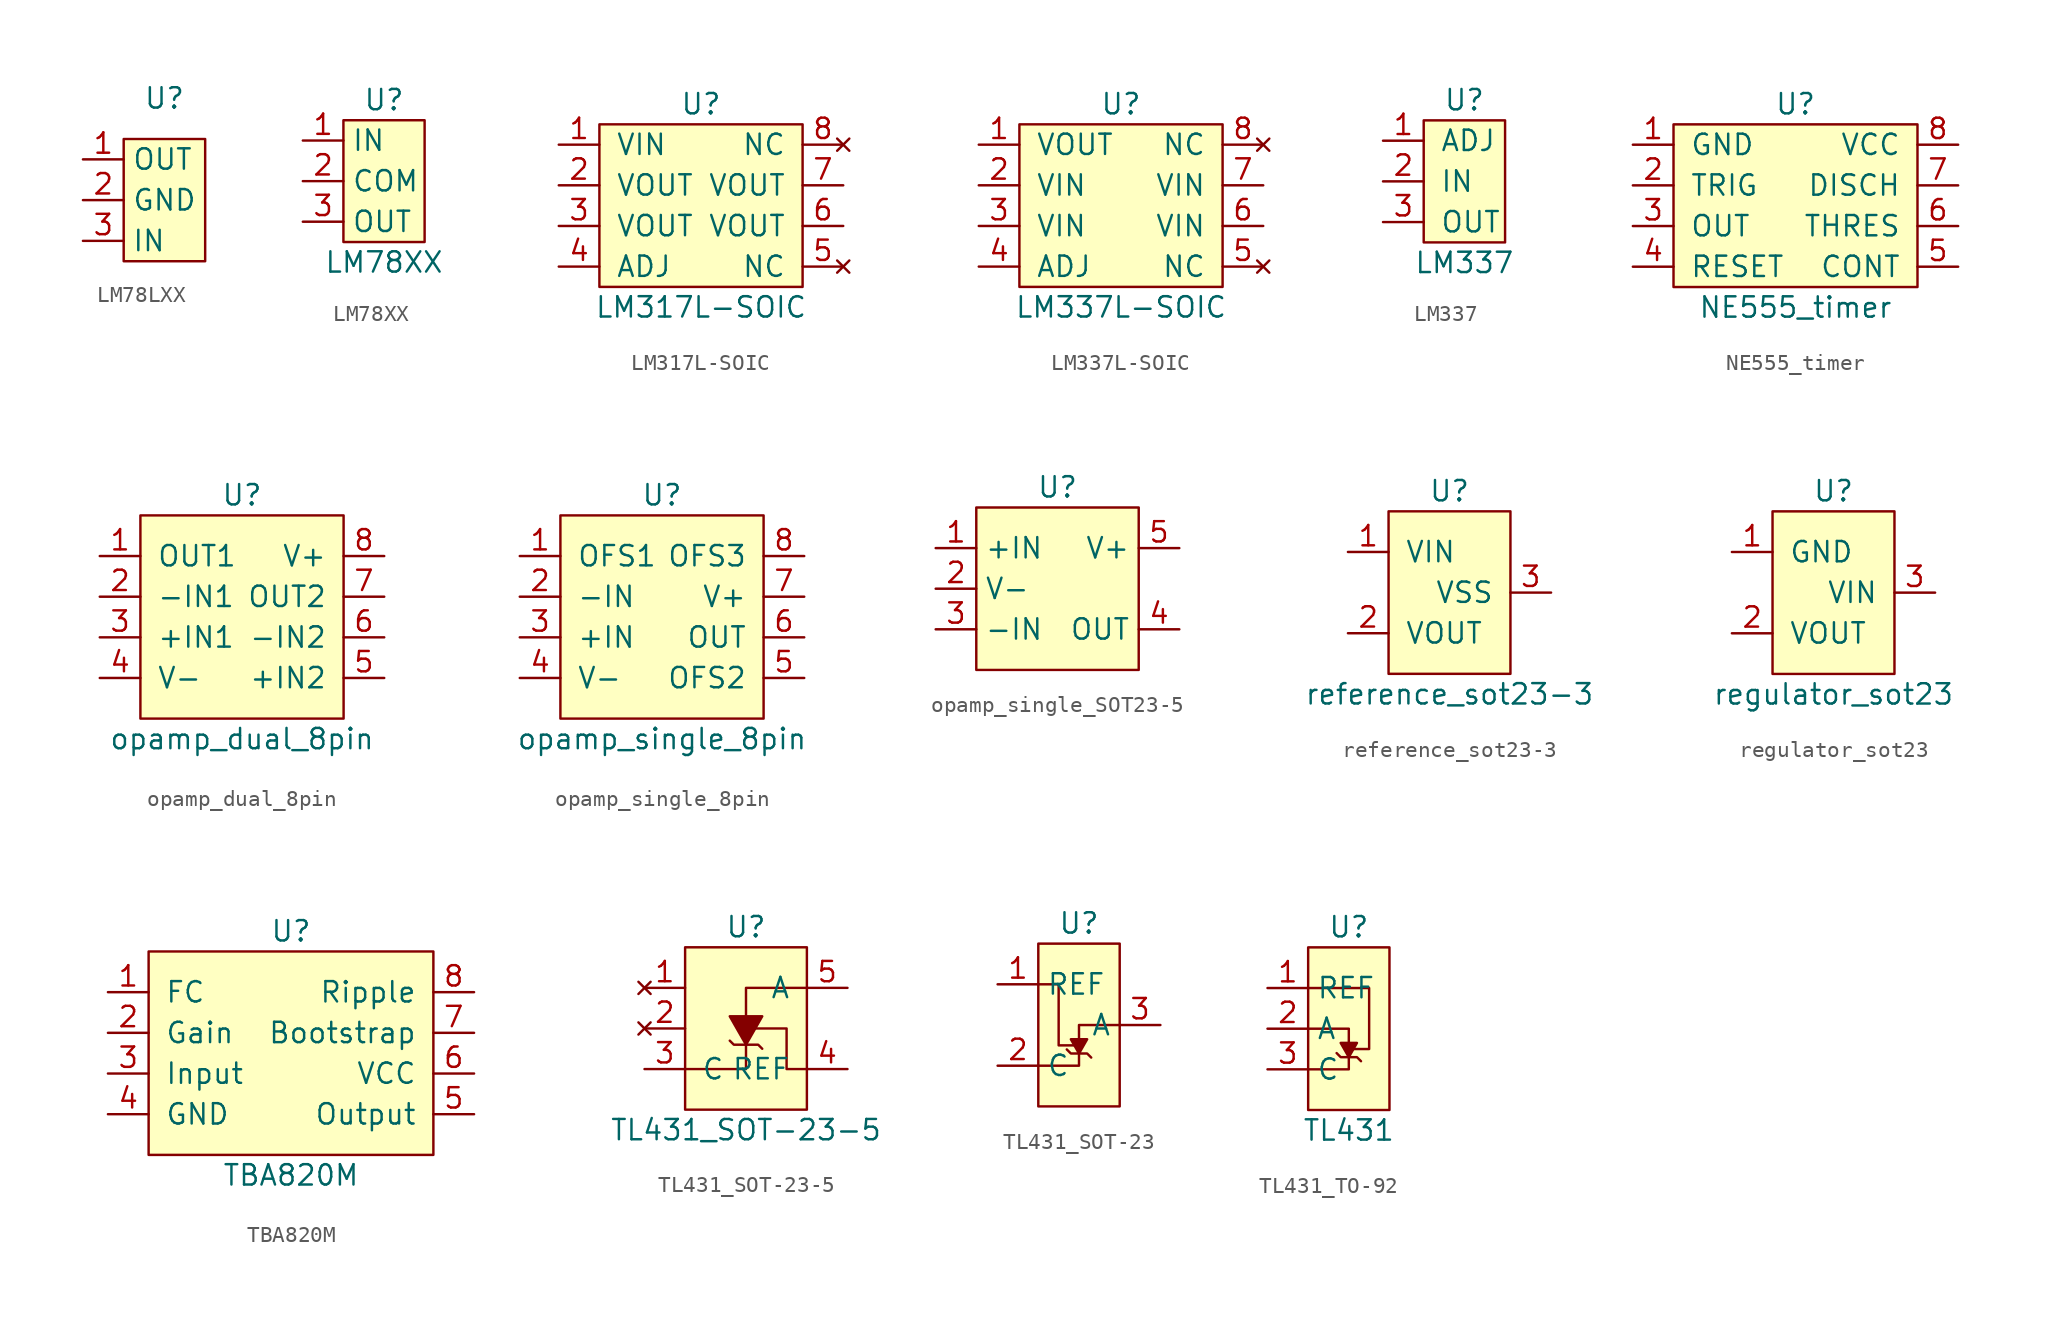
<source format=kicad_sym>
(kicad_symbol_lib
  (version 20231120)
  (generator "kicad_symbol_editor")
  (generator_version "8.0")
  (symbol "LM78LXX"
    (property "Reference" "U"
      (at 0 6.35 0)
      (effects (font (size 1.27 1.27))))
    (property "Value" ""
      (at 0 0 0)
      (effects (font (size 1.27 1.27))))
    (symbol "LM78LXX_1_1"
      (rectangle (start -2.54 3.81) (end 2.54 -3.81) (stroke (width 0) (type default)) (fill (type background)))
      (pin power_out line (at -5.08 2.54 0) (length 2.54) (name "OUT" (effects (font (size 1.27 1.27)))) (number "1" (effects (font (size 1.27 1.27)))))
      (pin power_in line (at -5.08 0 0) (length 2.54) (name "GND" (effects (font (size 1.27 1.27)))) (number "2" (effects (font (size 1.27 1.27)))))
      (pin power_in line (at -5.08 -2.54 0) (length 2.54) (name "IN" (effects (font (size 1.27 1.27)))) (number "3" (effects (font (size 1.27 1.27)))))))
  (symbol "LM78XX"
    (property "Reference" "U"
      (at 0 5.08 0)
      (effects (font (size 1.27 1.27))))
    (property "Value" "LM78XX"
      (at 0 -5.08 0)
      (effects (font (size 1.27 1.27))))
    (symbol "LM78XX_0_1"
      (rectangle (start -2.54 3.81) (end 2.54 -3.81) (stroke (width 0) (type default)) (fill (type background))))
    (symbol "LM78XX_1_1"
      (pin power_in line (at -5.08 2.54 0) (length 2.54) (name "IN" (effects (font (size 1.27 1.27)))) (number "1" (effects (font (size 1.27 1.27)))))
      (pin power_in line (at -5.08 0 0) (length 2.54) (name "COM" (effects (font (size 1.27 1.27)))) (number "2" (effects (font (size 1.27 1.27)))))
      (pin power_out line (at -5.08 -2.54 0) (length 2.54) (name "OUT" (effects (font (size 1.27 1.27)))) (number "3" (effects (font (size 1.27 1.27)))))))
  (symbol "LM317L-SOIC"
    (pin_names
      (offset 1.016))
    (property "Reference" "U"
      (at 0 6.35 0)
      (effects (font (size 1.27 1.27))))
    (property "Value" "LM317L-SOIC"
      (at 0 -6.35 0)
      (effects (font (size 1.27 1.27))))
    (symbol "LM317L-SOIC_0_1"
      (rectangle (start -6.35 5.08) (end 6.35 -5.08) (stroke (width 0) (type default)) (fill (type background))))
    (symbol "LM317L-SOIC_1_1"
      (pin power_in line (at -8.89 3.81 0) (length 2.54) (name "VIN" (effects (font (size 1.27 1.27)))) (number "1" (effects (font (size 1.27 1.27)))))
      (pin power_out line (at -8.89 1.27 0) (length 2.54) (name "VOUT" (effects (font (size 1.27 1.27)))) (number "2" (effects (font (size 1.27 1.27)))))
      (pin power_out line (at -8.89 -1.27 0) (length 2.54) (name "VOUT" (effects (font (size 1.27 1.27)))) (number "3" (effects (font (size 1.27 1.27)))))
      (pin passive line (at -8.89 -3.81 0) (length 2.54) (name "ADJ" (effects (font (size 1.27 1.27)))) (number "4" (effects (font (size 1.27 1.27)))))
      (pin no_connect line (at 8.89 -3.81 180) (length 2.54) (name "NC" (effects (font (size 1.27 1.27)))) (number "5" (effects (font (size 1.27 1.27)))))
      (pin power_out line (at 8.89 -1.27 180) (length 2.54) (name "VOUT" (effects (font (size 1.27 1.27)))) (number "6" (effects (font (size 1.27 1.27)))))
      (pin power_out line (at 8.89 1.27 180) (length 2.54) (name "VOUT" (effects (font (size 1.27 1.27)))) (number "7" (effects (font (size 1.27 1.27)))))
      (pin no_connect line (at 8.89 3.81 180) (length 2.54) (name "NC" (effects (font (size 1.27 1.27)))) (number "8" (effects (font (size 1.27 1.27)))))))
  (symbol "LM337L-SOIC"
    (pin_names
      (offset 1.016))
    (property "Reference" "U"
      (at 0 6.35 0)
      (effects (font (size 1.27 1.27))))
    (property "Value" "LM337L-SOIC"
      (at 0 -6.35 0)
      (effects (font (size 1.27 1.27))))
    (symbol "LM337L-SOIC_0_1"
      (rectangle (start -6.35 5.08) (end 6.35 -5.08) (stroke (width 0) (type default)) (fill (type background))))
    (symbol "LM337L-SOIC_1_1"
      (pin power_out line (at -8.89 3.81 0) (length 2.54) (name "VOUT" (effects (font (size 1.27 1.27)))) (number "1" (effects (font (size 1.27 1.27)))))
      (pin power_out line (at -8.89 1.27 0) (length 2.54) (name "VIN" (effects (font (size 1.27 1.27)))) (number "2" (effects (font (size 1.27 1.27)))))
      (pin power_in line (at -8.89 -1.27 0) (length 2.54) (name "VIN" (effects (font (size 1.27 1.27)))) (number "3" (effects (font (size 1.27 1.27)))))
      (pin passive line (at -8.89 -3.81 0) (length 2.54) (name "ADJ" (effects (font (size 1.27 1.27)))) (number "4" (effects (font (size 1.27 1.27)))))
      (pin no_connect line (at 8.89 -3.81 180) (length 2.54) (name "NC" (effects (font (size 1.27 1.27)))) (number "5" (effects (font (size 1.27 1.27)))))
      (pin power_in line (at 8.89 -1.27 180) (length 2.54) (name "VIN" (effects (font (size 1.27 1.27)))) (number "6" (effects (font (size 1.27 1.27)))))
      (pin power_in line (at 8.89 1.27 180) (length 2.54) (name "VIN" (effects (font (size 1.27 1.27)))) (number "7" (effects (font (size 1.27 1.27)))))
      (pin no_connect line (at 8.89 3.81 180) (length 2.54) (name "NC" (effects (font (size 1.27 1.27)))) (number "8" (effects (font (size 1.27 1.27)))))))
  (symbol "LM337"
    (pin_names
      (offset 1.016))
    (property "Reference" "U"
      (at 0 5.08 0)
      (effects (font (size 1.27 1.27))))
    (property "Value" "LM337"
      (at 0 -5.08 0)
      (effects (font (size 1.27 1.27))))
    (symbol "LM337_1_1"
      (rectangle (start -2.54 3.81) (end 2.54 -3.81) (stroke (width 0) (type default)) (fill (type background)))
      (pin input line (at -5.08 2.54 0) (length 2.54) (name "ADJ" (effects (font (size 1.27 1.27)))) (number "1" (effects (font (size 1.27 1.27)))))
      (pin power_in line (at -5.08 0 0) (length 2.54) (name "IN" (effects (font (size 1.27 1.27)))) (number "2" (effects (font (size 1.27 1.27)))))
      (pin power_out line (at -5.08 -2.54 0) (length 2.54) (name "OUT" (effects (font (size 1.27 1.27)))) (number "3" (effects (font (size 1.27 1.27)))))))
  (symbol "NE555_timer"
    (pin_names
      (offset 1.016))
    (property "Reference" "U"
      (at 0 6.35 0)
      (effects (font (size 1.27 1.27))))
    (property "Value" "NE555_timer"
      (at 0 -6.35 0)
      (effects (font (size 1.27 1.27))))
    (symbol "NE555_timer_0_1"
      (rectangle (start -7.62 5.08) (end 7.62 -5.08) (stroke (width 0) (type default)) (fill (type background))))
    (symbol "NE555_timer_1_1"
      (pin power_in line (at -10.16 3.81 0) (length 2.54) (name "GND" (effects (font (size 1.27 1.27)))) (number "1" (effects (font (size 1.27 1.27)))))
      (pin input line (at -10.16 1.27 0) (length 2.54) (name "TRIG" (effects (font (size 1.27 1.27)))) (number "2" (effects (font (size 1.27 1.27)))))
      (pin output line (at -10.16 -1.27 0) (length 2.54) (name "OUT" (effects (font (size 1.27 1.27)))) (number "3" (effects (font (size 1.27 1.27)))))
      (pin input line (at -10.16 -3.81 0) (length 2.54) (name "RESET" (effects (font (size 1.27 1.27)))) (number "4" (effects (font (size 1.27 1.27)))))
      (pin bidirectional line (at 10.16 -3.81 180) (length 2.54) (name "CONT" (effects (font (size 1.27 1.27)))) (number "5" (effects (font (size 1.27 1.27)))))
      (pin input line (at 10.16 -1.27 180) (length 2.54) (name "THRES" (effects (font (size 1.27 1.27)))) (number "6" (effects (font (size 1.27 1.27)))))
      (pin open_collector line (at 10.16 1.27 180) (length 2.54) (name "DISCH" (effects (font (size 1.27 1.27)))) (number "7" (effects (font (size 1.27 1.27)))))
      (pin power_in line (at 10.16 3.81 180) (length 2.54) (name "VCC" (effects (font (size 1.27 1.27)))) (number "8" (effects (font (size 1.27 1.27)))))))
  (symbol "opamp_dual_8pin"
    (pin_names
      (offset 1.016))
    (property "Reference" "U"
      (at 0 7.62 0)
      (effects (font (size 1.27 1.27))))
    (property "Value" "opamp_dual_8pin"
      (at 0 -7.62 0)
      (effects (font (size 1.27 1.27))))
    (symbol "opamp_dual_8pin_0_1"
      (rectangle (start -6.35 6.35) (end 6.35 -6.35) (stroke (width 0) (type default)) (fill (type background))))
    (symbol "opamp_dual_8pin_1_1"
      (pin output line (at -8.89 3.81 0) (length 2.54) (name "OUT1" (effects (font (size 1.27 1.27)))) (number "1" (effects (font (size 1.27 1.27)))))
      (pin input line (at -8.89 1.27 0) (length 2.54) (name "-IN1" (effects (font (size 1.27 1.27)))) (number "2" (effects (font (size 1.27 1.27)))))
      (pin input line (at -8.89 -1.27 0) (length 2.54) (name "+IN1" (effects (font (size 1.27 1.27)))) (number "3" (effects (font (size 1.27 1.27)))))
      (pin power_in line (at -8.89 -3.81 0) (length 2.54) (name "V-" (effects (font (size 1.27 1.27)))) (number "4" (effects (font (size 1.27 1.27)))))
      (pin input line (at 8.89 -3.81 180) (length 2.54) (name "+IN2" (effects (font (size 1.27 1.27)))) (number "5" (effects (font (size 1.27 1.27)))))
      (pin input line (at 8.89 -1.27 180) (length 2.54) (name "-IN2" (effects (font (size 1.27 1.27)))) (number "6" (effects (font (size 1.27 1.27)))))
      (pin output line (at 8.89 1.27 180) (length 2.54) (name "OUT2" (effects (font (size 1.27 1.27)))) (number "7" (effects (font (size 1.27 1.27)))))
      (pin power_in line (at 8.89 3.81 180) (length 2.54) (name "V+" (effects (font (size 1.27 1.27)))) (number "8" (effects (font (size 1.27 1.27)))))))
  (symbol "opamp_single_8pin"
    (pin_names
      (offset 1.016))
    (property "Reference" "U"
      (at 0 7.62 0)
      (effects (font (size 1.27 1.27))))
    (property "Value" "opamp_single_8pin"
      (at 0 -7.62 0)
      (effects (font (size 1.27 1.27))))
    (symbol "opamp_single_8pin_0_1"
      (rectangle (start -6.35 6.35) (end 6.35 -6.35) (stroke (width 0) (type default)) (fill (type background))))
    (symbol "opamp_single_8pin_1_1"
      (pin input line (at -8.89 3.81 0) (length 2.54) (name "OFS1" (effects (font (size 1.27 1.27)))) (number "1" (effects (font (size 1.27 1.27)))))
      (pin input line (at -8.89 1.27 0) (length 2.54) (name "-IN" (effects (font (size 1.27 1.27)))) (number "2" (effects (font (size 1.27 1.27)))))
      (pin input line (at -8.89 -1.27 0) (length 2.54) (name "+IN" (effects (font (size 1.27 1.27)))) (number "3" (effects (font (size 1.27 1.27)))))
      (pin power_in line (at -8.89 -3.81 0) (length 2.54) (name "V-" (effects (font (size 1.27 1.27)))) (number "4" (effects (font (size 1.27 1.27)))))
      (pin input line (at 8.89 -3.81 180) (length 2.54) (name "OFS2" (effects (font (size 1.27 1.27)))) (number "5" (effects (font (size 1.27 1.27)))))
      (pin output line (at 8.89 -1.27 180) (length 2.54) (name "OUT" (effects (font (size 1.27 1.27)))) (number "6" (effects (font (size 1.27 1.27)))))
      (pin power_in line (at 8.89 1.27 180) (length 2.54) (name "V+" (effects (font (size 1.27 1.27)))) (number "7" (effects (font (size 1.27 1.27)))))
      (pin input line (at 8.89 3.81 180) (length 2.54) (name "OFS3" (effects (font (size 1.27 1.27)))) (number "8" (effects (font (size 1.27 1.27)))))))
  (symbol "opamp_single_SOT23-5"
    (property "Reference" "U"
      (at 0 6.35 0)
      (effects (font (size 1.27 1.27))))
    (property "Value" ""
      (at -1.27 0 0)
      (effects (font (size 1.27 1.27))))
    (symbol "opamp_single_SOT23-5_1_1"
      (rectangle (start -5.08 5.08) (end 5.08 -5.08) (stroke (width 0) (type default)) (fill (type background)))
      (pin input line (at -7.62 2.54 0) (length 2.54) (name "+IN" (effects (font (size 1.27 1.27)))) (number "1" (effects (font (size 1.27 1.27)))))
      (pin power_in line (at -7.62 0 0) (length 2.54) (name "V-" (effects (font (size 1.27 1.27)))) (number "2" (effects (font (size 1.27 1.27)))))
      (pin input line (at -7.62 -2.54 0) (length 2.54) (name "-IN" (effects (font (size 1.27 1.27)))) (number "3" (effects (font (size 1.27 1.27)))))
      (pin output line (at 7.62 -2.54 180) (length 2.54) (name "OUT" (effects (font (size 1.27 1.27)))) (number "4" (effects (font (size 1.27 1.27)))))
      (pin power_in line (at 7.62 2.54 180) (length 2.54) (name "V+" (effects (font (size 1.27 1.27)))) (number "5" (effects (font (size 1.27 1.27)))))))
  (symbol "reference_sot23-3"
    (pin_names
      (offset 1.016))
    (property "Reference" "U"
      (at 0 6.35 0)
      (effects (font (size 1.27 1.27))))
    (property "Value" "reference_sot23-3"
      (at 0 -6.35 0)
      (effects (font (size 1.27 1.27))))
    (symbol "reference_sot23-3_0_1"
      (rectangle (start -3.81 5.08) (end 3.81 -5.08) (stroke (width 0) (type default)) (fill (type background))))
    (symbol "reference_sot23-3_1_1"
      (pin power_in line (at -6.35 2.54 0) (length 2.54) (name "VIN" (effects (font (size 1.27 1.27)))) (number "1" (effects (font (size 1.27 1.27)))))
      (pin power_out line (at -6.35 -2.54 0) (length 2.54) (name "VOUT" (effects (font (size 1.27 1.27)))) (number "2" (effects (font (size 1.27 1.27)))))
      (pin power_in line (at 6.35 0 180) (length 2.54) (name "VSS" (effects (font (size 1.27 1.27)))) (number "3" (effects (font (size 1.27 1.27)))))))
  (symbol "regulator_sot23"
    (pin_names
      (offset 1.016))
    (property "Reference" "U"
      (at 0 6.35 0)
      (effects (font (size 1.27 1.27))))
    (property "Value" "regulator_sot23"
      (at 0 -6.35 0)
      (effects (font (size 1.27 1.27))))
    (symbol "regulator_sot23_0_1"
      (rectangle (start -3.81 5.08) (end 3.81 -5.08) (stroke (width 0) (type default)) (fill (type background))))
    (symbol "regulator_sot23_1_1"
      (pin power_in line (at -6.35 2.54 0) (length 2.54) (name "GND" (effects (font (size 1.27 1.27)))) (number "1" (effects (font (size 1.27 1.27)))))
      (pin power_out line (at -6.35 -2.54 0) (length 2.54) (name "VOUT" (effects (font (size 1.27 1.27)))) (number "2" (effects (font (size 1.27 1.27)))))
      (pin power_in line (at 6.35 0 180) (length 2.54) (name "VIN" (effects (font (size 1.27 1.27)))) (number "3" (effects (font (size 1.27 1.27)))))))
  (symbol "TBA820M"
    (pin_names
      (offset 1.016))
    (property "Reference" "U"
      (at 0 7.62 0)
      (effects (font (size 1.27 1.27))))
    (property "Value" "TBA820M"
      (at 0 -7.62 0)
      (effects (font (size 1.27 1.27))))
    (symbol "TBA820M_0_1"
      (rectangle (start -8.89 6.35) (end 8.89 -6.35) (stroke (width 0) (type default)) (fill (type background))))
    (symbol "TBA820M_1_1"
      (pin input line (at -11.43 3.81 0) (length 2.54) (name "FC" (effects (font (size 1.27 1.27)))) (number "1" (effects (font (size 1.27 1.27)))))
      (pin input line (at -11.43 1.27 0) (length 2.54) (name "Gain" (effects (font (size 1.27 1.27)))) (number "2" (effects (font (size 1.27 1.27)))))
      (pin input line (at -11.43 -1.27 0) (length 2.54) (name "Input" (effects (font (size 1.27 1.27)))) (number "3" (effects (font (size 1.27 1.27)))))
      (pin power_in line (at -11.43 -3.81 0) (length 2.54) (name "GND" (effects (font (size 1.27 1.27)))) (number "4" (effects (font (size 1.27 1.27)))))
      (pin output line (at 11.43 -3.81 180) (length 2.54) (name "Output" (effects (font (size 1.27 1.27)))) (number "5" (effects (font (size 1.27 1.27)))))
      (pin power_in line (at 11.43 -1.27 180) (length 2.54) (name "VCC" (effects (font (size 1.27 1.27)))) (number "6" (effects (font (size 1.27 1.27)))))
      (pin input line (at 11.43 1.27 180) (length 2.54) (name "Bootstrap" (effects (font (size 1.27 1.27)))) (number "7" (effects (font (size 1.27 1.27)))))
      (pin input line (at 11.43 3.81 180) (length 2.54) (name "Ripple" (effects (font (size 1.27 1.27)))) (number "8" (effects (font (size 1.27 1.27)))))))
  (symbol "TL431_SOT-23-5"
    (pin_names
      (offset 1.016))
    (property "Reference" "U"
      (at 0 6.35 0)
      (effects (font (size 1.27 1.27))))
    (property "Value" "TL431_SOT-23-5"
      (at 0 -6.35 0)
      (effects (font (size 1.27 1.27))))
    (symbol "TL431_SOT-23-5_0_1"
      (rectangle (start -3.81 5.08) (end 3.81 -5.08) (stroke (width 0) (type default)) (fill (type background)))
      (polyline (pts (xy 0 -1.016) (xy -0.762 -1.016) (xy -1.016 -0.762)) (stroke (width 0) (type default)) (fill (type none)))
      (polyline (pts (xy 0 -1.016) (xy 0.762 -1.016) (xy 1.016 -1.27)) (stroke (width 0) (type default)) (fill (type none)))
      (polyline (pts (xy 3.81 -2.54) (xy 2.54 -2.54) (xy 2.54 0) (xy 0 0)) (stroke (width 0) (type default)) (fill (type none)))
      (polyline (pts (xy 3.81 2.54) (xy 0 2.54) (xy 0 -2.54) (xy -3.81 -2.54)) (stroke (width 0) (type default)) (fill (type none))))
    (symbol "TL431_SOT-23-5_1_1"
      (polyline (pts (xy 0 -1.016) (xy 1.016 0.762) (xy -1.016 0.762) (xy 0 -1.016)) (stroke (width 0) (type default)) (fill (type outline)))
      (pin no_connect line (at -6.35 2.54 0) (length 2.54) (name "~" (effects (font (size 1.27 1.27)))) (number "1" (effects (font (size 1.27 1.27)))))
      (pin no_connect line (at -6.35 0 0) (length 2.54) (name "~" (effects (font (size 1.27 1.27)))) (number "2" (effects (font (size 1.27 1.27)))))
      (pin passive line (at -6.35 -2.54 0) (length 2.54) (name "C" (effects (font (size 1.27 1.27)))) (number "3" (effects (font (size 1.27 1.27)))))
      (pin input line (at 6.35 -2.54 180) (length 2.54) (name "REF" (effects (font (size 1.27 1.27)))) (number "4" (effects (font (size 1.27 1.27)))))
      (pin passive line (at 6.35 2.54 180) (length 2.54) (name "A" (effects (font (size 1.27 1.27)))) (number "5" (effects (font (size 1.27 1.27)))))))
  (symbol "TL431_SOT-23"
    (property "Reference" "U"
      (at 0 6.35 0)
      (effects (font (size 1.27 1.27))))
    (property "Value" ""
      (at 0 5.08 0)
      (effects (font (size 1.27 1.27))))
    (symbol "TL431_SOT-23_0_1"
      (polyline (pts (xy -2.54 2.54) (xy -1.27 2.54) (xy -1.27 -1.27) (xy 0 -1.27)) (stroke (width 0) (type default)) (fill (type none)))
      (polyline (pts (xy -0.762 -1.524) (xy -0.508 -1.778) (xy 0.508 -1.778) (xy 0.762 -2.032)) (stroke (width 0) (type default)) (fill (type none)))
      (polyline (pts (xy 2.54 0) (xy 0 0) (xy 0 -2.54) (xy -2.54 -2.54)) (stroke (width 0) (type default)) (fill (type none))))
    (symbol "TL431_SOT-23_1_1"
      (rectangle (start -2.54 5.08) (end 2.54 -5.08) (stroke (width 0) (type default)) (fill (type background)))
      (polyline (pts (xy 0 -1.778) (xy 0.508 -0.889) (xy -0.508 -0.889) (xy 0 -1.778)) (stroke (width 0) (type default)) (fill (type outline)))
      (pin input line (at -5.08 2.54 0) (length 2.54) (name "REF" (effects (font (size 1.27 1.27)))) (number "1" (effects (font (size 1.27 1.27)))))
      (pin power_in line (at -5.08 -2.54 0) (length 2.54) (name "C" (effects (font (size 1.27 1.27)))) (number "2" (effects (font (size 1.27 1.27)))))
      (pin power_in line (at 5.08 0 180) (length 2.54) (name "A" (effects (font (size 1.27 1.27)))) (number "3" (effects (font (size 1.27 1.27)))))))
  (symbol "TL431_TO-92"
    (property "Reference" "U"
      (at 0 6.35 0)
      (effects (font (size 1.27 1.27))))
    (property "Value" "TL431"
      (at 0 -6.35 0)
      (effects (font (size 1.27 1.27))))
    (symbol "TL431_TO-92_0_1"
      (polyline (pts (xy -2.54 0) (xy 0 0) (xy 0 -2.54) (xy -2.54 -2.54)) (stroke (width 0) (type default)) (fill (type none)))
      (polyline (pts (xy -2.54 2.54) (xy 1.27 2.54) (xy 1.27 -1.27) (xy 0 -1.27)) (stroke (width 0) (type default)) (fill (type none)))
      (polyline (pts (xy -0.762 -1.524) (xy -0.508 -1.778) (xy 0.508 -1.778) (xy 0.762 -2.032)) (stroke (width 0) (type default)) (fill (type none))))
    (symbol "TL431_TO-92_1_1"
      (rectangle (start -2.54 5.08) (end 2.54 -5.08) (stroke (width 0) (type default)) (fill (type background)))
      (polyline (pts (xy 0 -1.778) (xy 0.508 -0.889) (xy -0.508 -0.889) (xy 0 -1.778)) (stroke (width 0) (type default)) (fill (type outline)))
      (pin input line (at -5.08 2.54 0) (length 2.54) (name "REF" (effects (font (size 1.27 1.27)))) (number "1" (effects (font (size 1.27 1.27)))))
      (pin power_in line (at -5.08 0 0) (length 2.54) (name "A" (effects (font (size 1.27 1.27)))) (number "2" (effects (font (size 1.27 1.27)))))
      (pin power_out line (at -5.08 -2.54 0) (length 2.54) (name "C" (effects (font (size 1.27 1.27)))) (number "3" (effects (font (size 1.27 1.27))))))))
</source>
